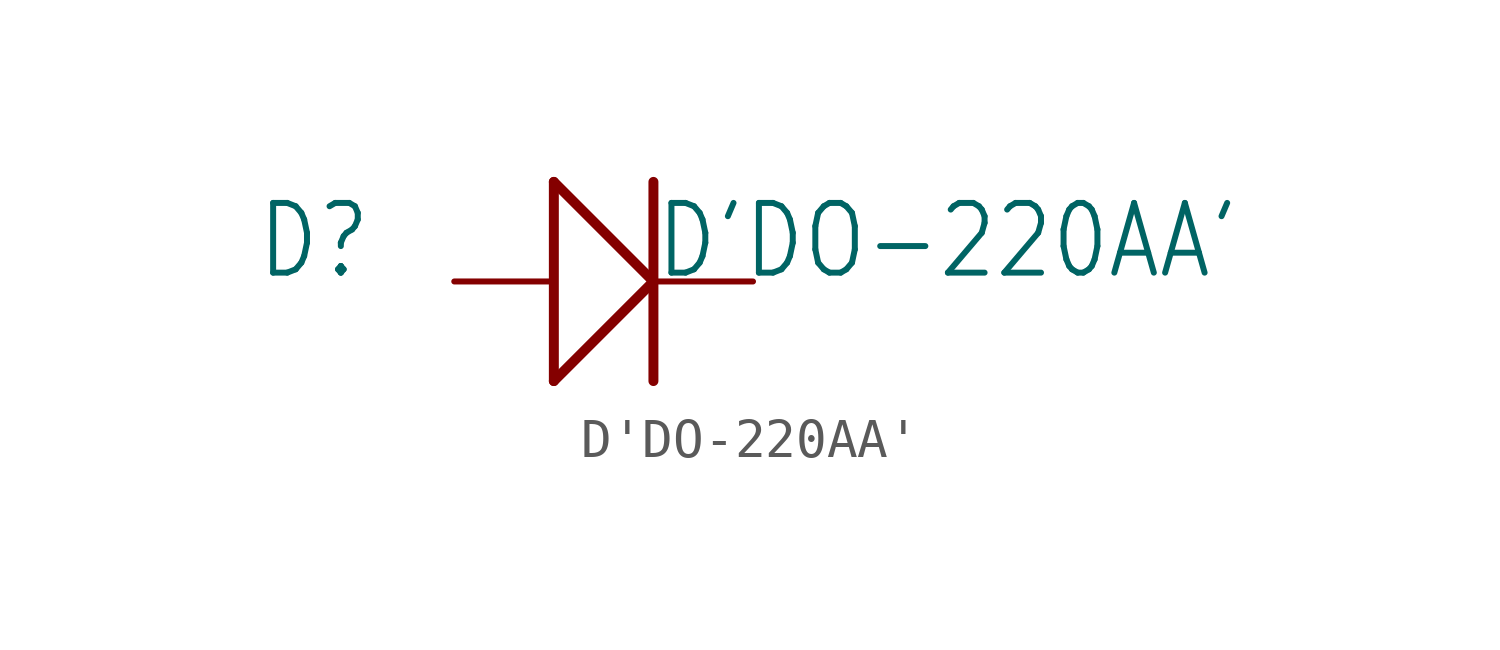
<source format=kicad_sym>
(kicad_symbol_lib
  (version 20211014)
  (generator kicad_symbol_editor)
  (symbol "D'DO-220AA'"
    (property "Reference" "D"
      (at -8.89 0 0)
      (effects (font (size 1.778 1.511)) (justify left bottom)))
    (property "Value" "D'DO-220AA'"
      (at 1.27 0 0)
      (effects (font (size 1.778 1.511)) (justify left bottom)))
    (property "ki_locked" ""
      (at 0 0 0)
      (effects (font (size 1.27 1.27))))
    (symbol "D'DO-220AA'_1_0"
      (polyline (pts (xy -1.27 -2.54) (xy -1.27 2.54)) (stroke (width 0.254) (type default) (color 0 0 0 0)) (fill (type none)))
      (polyline (pts (xy -1.27 -2.54) (xy 1.27 0)) (stroke (width 0.254) (type default) (color 0 0 0 0)) (fill (type none)))
      (polyline (pts (xy -1.27 2.54) (xy 1.27 0)) (stroke (width 0.254) (type default) (color 0 0 0 0)) (fill (type none)))
      (polyline (pts (xy 1.27 2.54) (xy 1.27 -2.54)) (stroke (width 0.254) (type default) (color 0 0 0 0)) (fill (type none)))
      (pin passive line (at -3.81 0 0) (length 2.54) (name "+" (effects (font (size 0 0)))) (number "+" (effects (font (size 0 0)))))
      (pin passive line (at 3.81 0 180) (length 2.54) (name "-" (effects (font (size 0 0)))) (number "-" (effects (font (size 0 0))))))))
</source>
